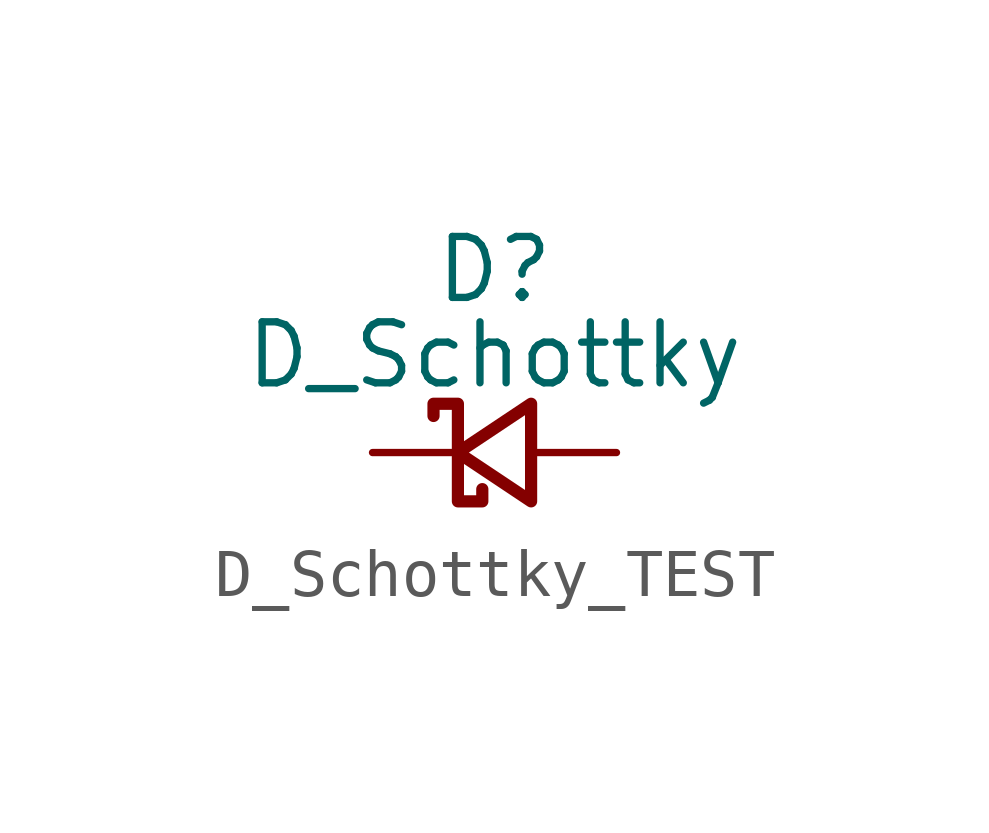
<source format=kicad_sym>
(kicad_symbol_lib
  (version 20220914)
  (generator kicad_symbol_editor)
  (symbol "D_Schottky_TEST"
    (pin_numbers hide)
    (pin_names
      (offset 0.254) hide)
    (property "Reference" "D"
      (at 0 3.81 0)
      (effects (font (size 1.27 1.27))))
    (property "Value" "D_Schottky"
      (at 0 2.032 0)
      (effects (font (size 1.27 1.27))))
    (symbol "D_Schottky_TEST_0_1"
      (polyline (pts (xy 0.762 -1.016) (xy -0.762 0) (xy 0.762 1.016) (xy 0.762 -1.016)) (stroke (width 0.254) (type default)) (fill (type none)))
      (polyline (pts (xy -1.27 0.762) (xy -1.27 1.016) (xy -0.762 1.016) (xy -0.762 -1.016) (xy -0.254 -1.016) (xy -0.254 -0.762)) (stroke (width 0.254) (type default)) (fill (type none))))
    (symbol "D_Schottky_TEST_1_1"
      (pin passive line (at -2.54 0 0) (length 1.778) (name "K" (effects (font (size 1.27 1.27)))) (number "1" (effects (font (size 1.27 1.27)))))
      (pin passive line (at 2.54 0 180) (length 1.778) (name "A" (effects (font (size 1.27 1.27)))) (number "2" (effects (font (size 1.27 1.27))))))))
</source>
